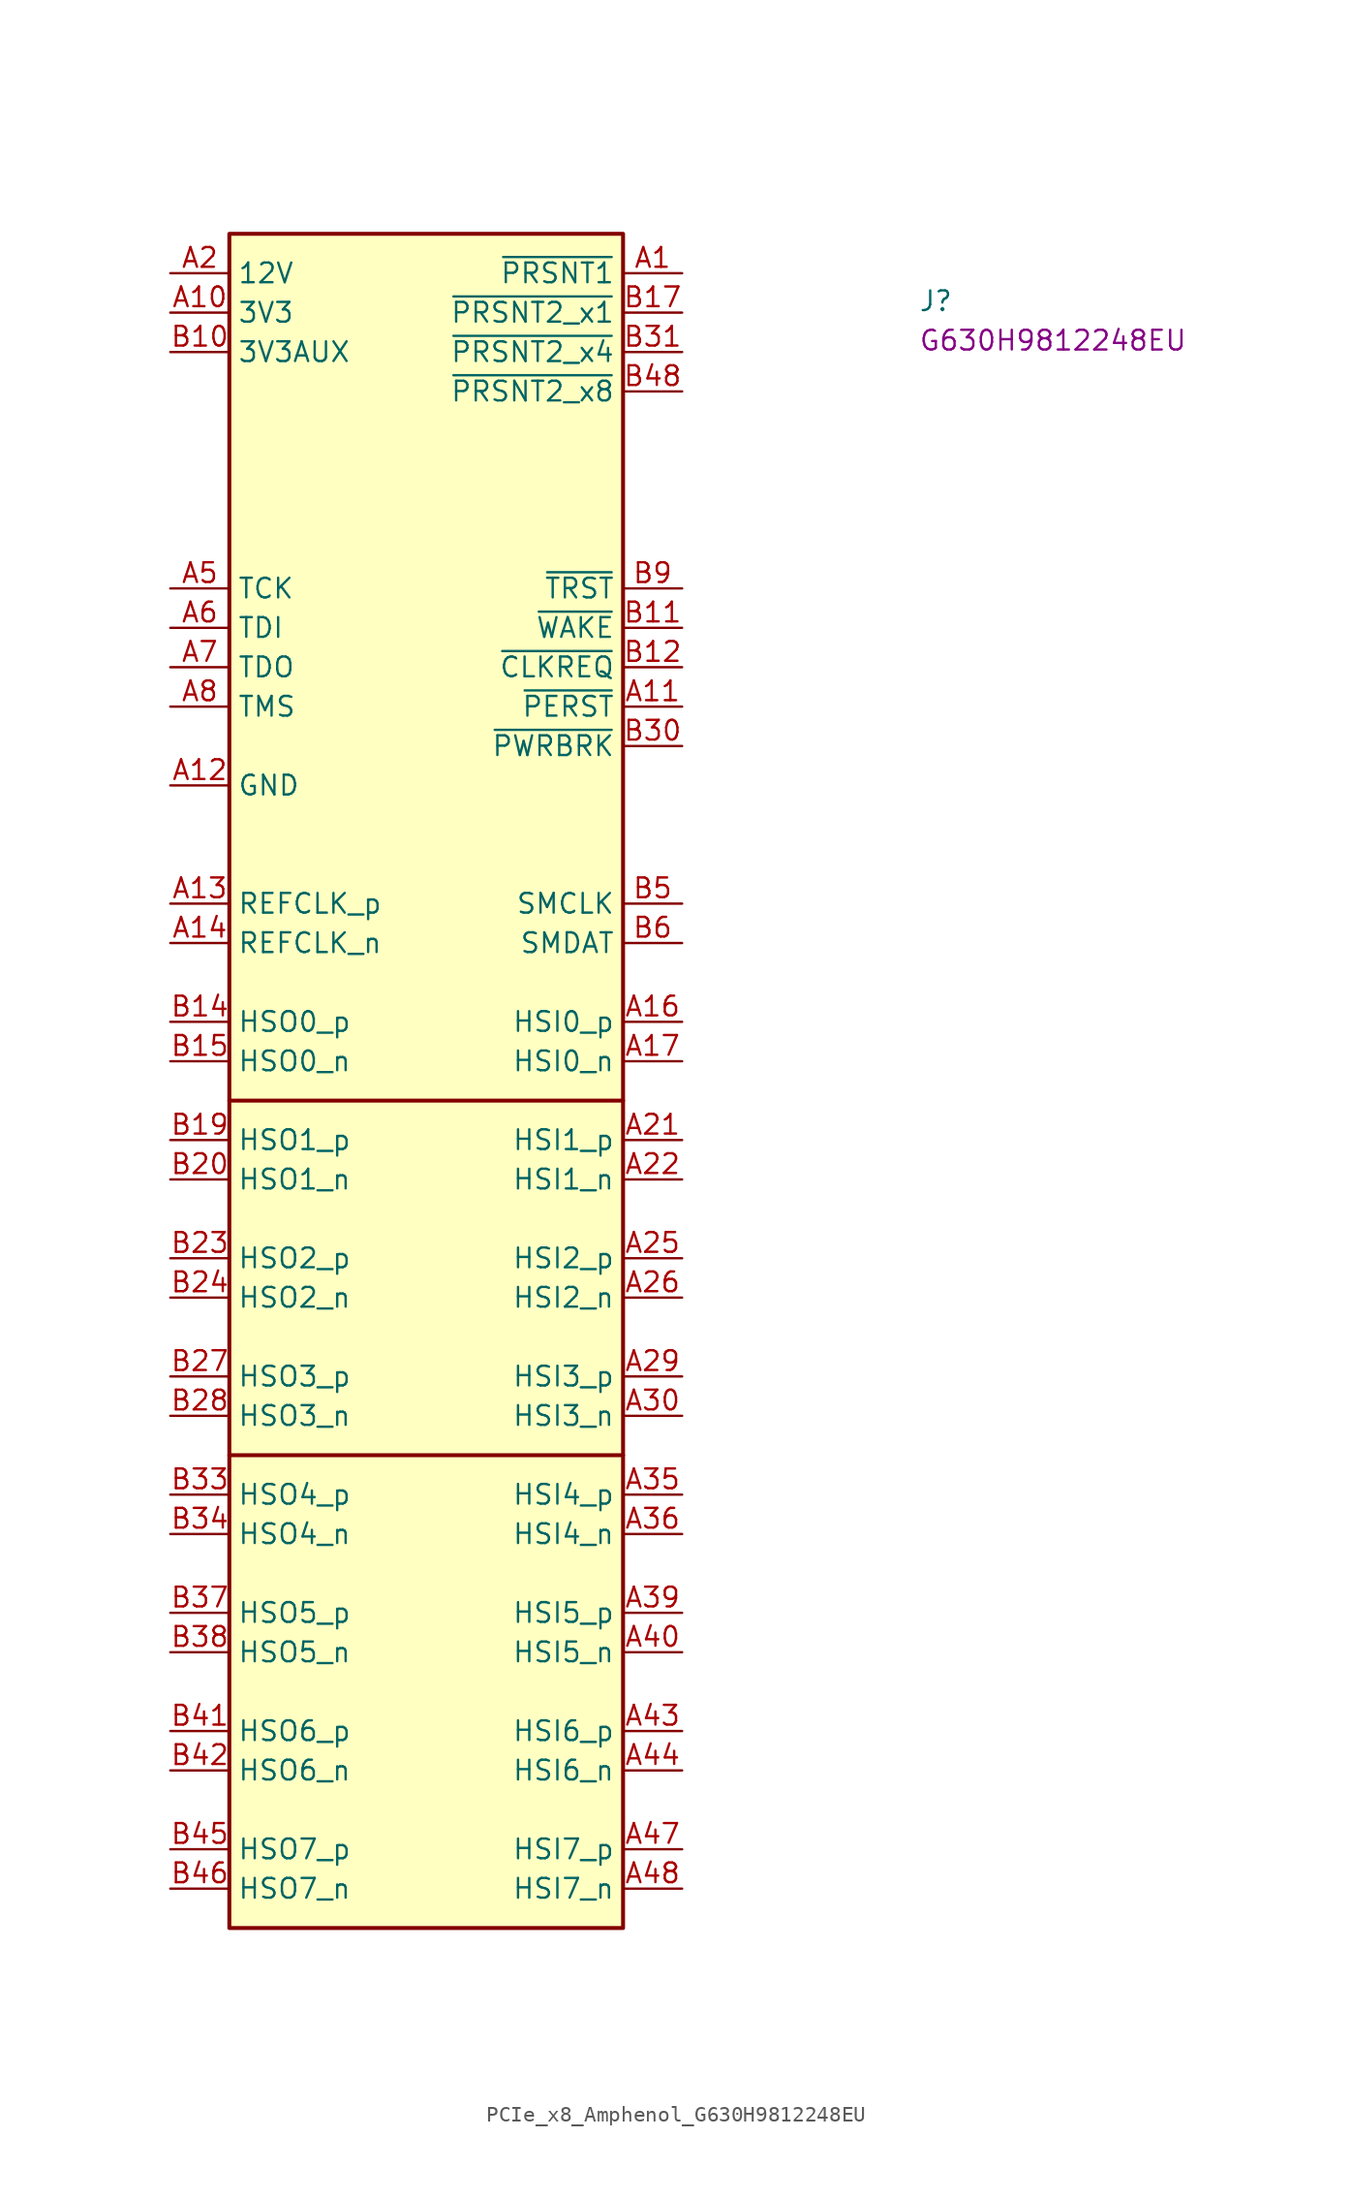
<source format=kicad_sym>
(kicad_symbol_lib
  (version 20220914)
  (generator kicad_symbol_editor)
  (symbol "PCIe_x8_Amphenol_G630H9812248EU"
    (property "Reference" "J"
      (at 48.26 -2.54 0)
      (effects (font (size 1.27 1.27) (thickness 0.15)) (justify left bottom)))
    (property "MPN" "G630H9812248EU"
      (at 48.26 -5.08 0)
      (effects (font (size 1.27 1.27) (thickness 0.15)) (justify left bottom)))
    (symbol "PCIe_x8_Amphenol_G630H9812248EU_1_1"
      (polyline (pts (xy 3.81 -76.2) (xy 29.21 -76.2)) (stroke (width 0.254) (type default)) (fill (type background)))
      (polyline (pts (xy 29.21 -53.34) (xy 3.81 -53.34)) (stroke (width 0.254) (type default)) (fill (type background)))
      (rectangle (start 3.81 2.54) (end 29.21 -106.68) (stroke (width 0.254) (type default)) (fill (type background)))
      (pin passive line (at 33.02 0 180) (length 3.81) (name "~{PRSNT1}" (effects (font (size 1.27 1.27)))) (number "A1" (effects (font (size 1.27 1.27)))))
      (pin power_in line (at 0 -2.54 0) (length 3.81) (name "3V3" (effects (font (size 1.27 1.27)))) (number "A10" (effects (font (size 1.27 1.27)))))
      (pin open_collector line (at 33.02 -27.94 180) (length 3.81) (name "~{PERST}" (effects (font (size 1.27 1.27)))) (number "A11" (effects (font (size 1.27 1.27)))))
      (pin passive line (at 0 -33.02 0) (length 3.81) (name "GND" (effects (font (size 1.27 1.27)))) (number "A12" (effects (font (size 1.27 1.27)))))
      (pin input line (at 0 -40.64 0) (length 3.81) (name "REFCLK_p" (effects (font (size 1.27 1.27)))) (number "A13" (effects (font (size 1.27 1.27)))))
      (pin input line (at 0 -43.18 0) (length 3.81) (name "REFCLK_n" (effects (font (size 1.27 1.27)))) (number "A14" (effects (font (size 1.27 1.27)))))
      (pin passive line (at 0 -33.02 0) (length 3.81) hide (name "GND" (effects (font (size 1.27 1.27)))) (number "A15" (effects (font (size 1.27 1.27)))))
      (pin output line (at 33.02 -48.26 180) (length 3.81) (name "HSI0_p" (effects (font (size 1.27 1.27)))) (number "A16" (effects (font (size 1.27 1.27)))))
      (pin output line (at 33.02 -50.8 180) (length 3.81) (name "HSI0_n" (effects (font (size 1.27 1.27)))) (number "A17" (effects (font (size 1.27 1.27)))))
      (pin passive line (at 0 -33.02 0) (length 3.81) hide (name "GND" (effects (font (size 1.27 1.27)))) (number "A18" (effects (font (size 1.27 1.27)))))
      (pin no_connect line (at 3.81 -7.62 0) (length 3.81) hide (name "NC" (effects (font (size 1.27 1.27)))) (number "A19" (effects (font (size 1.27 1.27)))))
      (pin power_in line (at 0 0 0) (length 3.81) (name "12V" (effects (font (size 1.27 1.27)))) (number "A2" (effects (font (size 1.27 1.27)))))
      (pin passive line (at 0 -33.02 0) (length 3.81) hide (name "GND" (effects (font (size 1.27 1.27)))) (number "A20" (effects (font (size 1.27 1.27)))))
      (pin output line (at 33.02 -55.88 180) (length 3.81) (name "HSI1_p" (effects (font (size 1.27 1.27)))) (number "A21" (effects (font (size 1.27 1.27)))))
      (pin output line (at 33.02 -58.42 180) (length 3.81) (name "HSI1_n" (effects (font (size 1.27 1.27)))) (number "A22" (effects (font (size 1.27 1.27)))))
      (pin passive line (at 0 -33.02 0) (length 3.81) hide (name "GND" (effects (font (size 1.27 1.27)))) (number "A23" (effects (font (size 1.27 1.27)))))
      (pin passive line (at 0 -33.02 0) (length 3.81) hide (name "GND" (effects (font (size 1.27 1.27)))) (number "A24" (effects (font (size 1.27 1.27)))))
      (pin output line (at 33.02 -63.5 180) (length 3.81) (name "HSI2_p" (effects (font (size 1.27 1.27)))) (number "A25" (effects (font (size 1.27 1.27)))))
      (pin output line (at 33.02 -66.04 180) (length 3.81) (name "HSI2_n" (effects (font (size 1.27 1.27)))) (number "A26" (effects (font (size 1.27 1.27)))))
      (pin passive line (at 0 -33.02 0) (length 3.81) hide (name "GND" (effects (font (size 1.27 1.27)))) (number "A27" (effects (font (size 1.27 1.27)))))
      (pin passive line (at 0 -33.02 0) (length 3.81) hide (name "GND" (effects (font (size 1.27 1.27)))) (number "A28" (effects (font (size 1.27 1.27)))))
      (pin output line (at 33.02 -71.12 180) (length 3.81) (name "HSI3_p" (effects (font (size 1.27 1.27)))) (number "A29" (effects (font (size 1.27 1.27)))))
      (pin passive line (at 0 0 0) (length 3.81) hide (name "12V" (effects (font (size 1.27 1.27)))) (number "A3" (effects (font (size 1.27 1.27)))))
      (pin output line (at 33.02 -73.66 180) (length 3.81) (name "HSI3_n" (effects (font (size 1.27 1.27)))) (number "A30" (effects (font (size 1.27 1.27)))))
      (pin passive line (at 0 -33.02 0) (length 3.81) hide (name "GND" (effects (font (size 1.27 1.27)))) (number "A31" (effects (font (size 1.27 1.27)))))
      (pin no_connect line (at 3.81 -10.16 0) (length 3.81) hide (name "NC" (effects (font (size 1.27 1.27)))) (number "A32" (effects (font (size 1.27 1.27)))))
      (pin no_connect line (at 3.81 -12.7 0) (length 3.81) hide (name "NC" (effects (font (size 1.27 1.27)))) (number "A33" (effects (font (size 1.27 1.27)))))
      (pin passive line (at 0 -33.02 0) (length 3.81) hide (name "GND" (effects (font (size 1.27 1.27)))) (number "A34" (effects (font (size 1.27 1.27)))))
      (pin output line (at 33.02 -78.74 180) (length 3.81) (name "HSI4_p" (effects (font (size 1.27 1.27)))) (number "A35" (effects (font (size 1.27 1.27)))))
      (pin output line (at 33.02 -81.28 180) (length 3.81) (name "HSI4_n" (effects (font (size 1.27 1.27)))) (number "A36" (effects (font (size 1.27 1.27)))))
      (pin passive line (at 0 -33.02 0) (length 3.81) hide (name "GND" (effects (font (size 1.27 1.27)))) (number "A37" (effects (font (size 1.27 1.27)))))
      (pin passive line (at 0 -33.02 0) (length 3.81) hide (name "GND" (effects (font (size 1.27 1.27)))) (number "A38" (effects (font (size 1.27 1.27)))))
      (pin output line (at 33.02 -86.36 180) (length 3.81) (name "HSI5_p" (effects (font (size 1.27 1.27)))) (number "A39" (effects (font (size 1.27 1.27)))))
      (pin passive line (at 0 -33.02 0) (length 3.81) hide (name "GND" (effects (font (size 1.27 1.27)))) (number "A4" (effects (font (size 1.27 1.27)))))
      (pin output line (at 33.02 -88.9 180) (length 3.81) (name "HSI5_n" (effects (font (size 1.27 1.27)))) (number "A40" (effects (font (size 1.27 1.27)))))
      (pin passive line (at 0 -33.02 0) (length 3.81) hide (name "GND" (effects (font (size 1.27 1.27)))) (number "A41" (effects (font (size 1.27 1.27)))))
      (pin passive line (at 0 -33.02 0) (length 3.81) hide (name "GND" (effects (font (size 1.27 1.27)))) (number "A42" (effects (font (size 1.27 1.27)))))
      (pin output line (at 33.02 -93.98 180) (length 3.81) (name "HSI6_p" (effects (font (size 1.27 1.27)))) (number "A43" (effects (font (size 1.27 1.27)))))
      (pin output line (at 33.02 -96.52 180) (length 3.81) (name "HSI6_n" (effects (font (size 1.27 1.27)))) (number "A44" (effects (font (size 1.27 1.27)))))
      (pin passive line (at 0 -33.02 0) (length 3.81) hide (name "GND" (effects (font (size 1.27 1.27)))) (number "A45" (effects (font (size 1.27 1.27)))))
      (pin passive line (at 0 -33.02 0) (length 3.81) hide (name "GND" (effects (font (size 1.27 1.27)))) (number "A46" (effects (font (size 1.27 1.27)))))
      (pin output line (at 33.02 -101.6 180) (length 3.81) (name "HSI7_p" (effects (font (size 1.27 1.27)))) (number "A47" (effects (font (size 1.27 1.27)))))
      (pin output line (at 33.02 -104.14 180) (length 3.81) (name "HSI7_n" (effects (font (size 1.27 1.27)))) (number "A48" (effects (font (size 1.27 1.27)))))
      (pin passive line (at 0 -33.02 0) (length 3.81) hide (name "GND" (effects (font (size 1.27 1.27)))) (number "A49" (effects (font (size 1.27 1.27)))))
      (pin input line (at 0 -20.32 0) (length 3.81) (name "TCK" (effects (font (size 1.27 1.27)))) (number "A5" (effects (font (size 1.27 1.27)))))
      (pin input line (at 0 -22.86 0) (length 3.81) (name "TDI" (effects (font (size 1.27 1.27)))) (number "A6" (effects (font (size 1.27 1.27)))))
      (pin output line (at 0 -25.4 0) (length 3.81) (name "TDO" (effects (font (size 1.27 1.27)))) (number "A7" (effects (font (size 1.27 1.27)))))
      (pin input line (at 0 -27.94 0) (length 3.81) (name "TMS" (effects (font (size 1.27 1.27)))) (number "A8" (effects (font (size 1.27 1.27)))))
      (pin passive line (at 0 -2.54 0) (length 3.81) hide (name "3V3" (effects (font (size 1.27 1.27)))) (number "A9" (effects (font (size 1.27 1.27)))))
      (pin passive line (at 0 0 0) (length 3.81) hide (name "12V" (effects (font (size 1.27 1.27)))) (number "B1" (effects (font (size 1.27 1.27)))))
      (pin power_in line (at 0 -5.08 0) (length 3.81) (name "3V3AUX" (effects (font (size 1.27 1.27)))) (number "B10" (effects (font (size 1.27 1.27)))))
      (pin open_collector line (at 33.02 -22.86 180) (length 3.81) (name "~{WAKE}" (effects (font (size 1.27 1.27)))) (number "B11" (effects (font (size 1.27 1.27)))))
      (pin open_collector line (at 33.02 -25.4 180) (length 3.81) (name "~{CLKREQ}" (effects (font (size 1.27 1.27)))) (number "B12" (effects (font (size 1.27 1.27)))))
      (pin passive line (at 0 -33.02 0) (length 3.81) hide (name "GND" (effects (font (size 1.27 1.27)))) (number "B13" (effects (font (size 1.27 1.27)))))
      (pin input line (at 0 -48.26 0) (length 3.81) (name "HSO0_p" (effects (font (size 1.27 1.27)))) (number "B14" (effects (font (size 1.27 1.27)))))
      (pin input line (at 0 -50.8 0) (length 3.81) (name "HSO0_n" (effects (font (size 1.27 1.27)))) (number "B15" (effects (font (size 1.27 1.27)))))
      (pin passive line (at 0 -33.02 0) (length 3.81) hide (name "GND" (effects (font (size 1.27 1.27)))) (number "B16" (effects (font (size 1.27 1.27)))))
      (pin passive line (at 33.02 -2.54 180) (length 3.81) (name "~{PRSNT2_x1}" (effects (font (size 1.27 1.27)))) (number "B17" (effects (font (size 1.27 1.27)))))
      (pin passive line (at 0 -33.02 0) (length 3.81) hide (name "GND" (effects (font (size 1.27 1.27)))) (number "B18" (effects (font (size 1.27 1.27)))))
      (pin input line (at 0 -55.88 0) (length 3.81) (name "HSO1_p" (effects (font (size 1.27 1.27)))) (number "B19" (effects (font (size 1.27 1.27)))))
      (pin passive line (at 0 0 0) (length 3.81) hide (name "12V" (effects (font (size 1.27 1.27)))) (number "B2" (effects (font (size 1.27 1.27)))))
      (pin input line (at 0 -58.42 0) (length 3.81) (name "HSO1_n" (effects (font (size 1.27 1.27)))) (number "B20" (effects (font (size 1.27 1.27)))))
      (pin passive line (at 0 -33.02 0) (length 3.81) hide (name "GND" (effects (font (size 1.27 1.27)))) (number "B21" (effects (font (size 1.27 1.27)))))
      (pin passive line (at 0 -33.02 0) (length 3.81) hide (name "GND" (effects (font (size 1.27 1.27)))) (number "B22" (effects (font (size 1.27 1.27)))))
      (pin input line (at 0 -63.5 0) (length 3.81) (name "HSO2_p" (effects (font (size 1.27 1.27)))) (number "B23" (effects (font (size 1.27 1.27)))))
      (pin input line (at 0 -66.04 0) (length 3.81) (name "HSO2_n" (effects (font (size 1.27 1.27)))) (number "B24" (effects (font (size 1.27 1.27)))))
      (pin passive line (at 0 -33.02 0) (length 3.81) hide (name "GND" (effects (font (size 1.27 1.27)))) (number "B25" (effects (font (size 1.27 1.27)))))
      (pin passive line (at 0 -33.02 0) (length 3.81) hide (name "GND" (effects (font (size 1.27 1.27)))) (number "B26" (effects (font (size 1.27 1.27)))))
      (pin input line (at 0 -71.12 0) (length 3.81) (name "HSO3_p" (effects (font (size 1.27 1.27)))) (number "B27" (effects (font (size 1.27 1.27)))))
      (pin input line (at 0 -73.66 0) (length 3.81) (name "HSO3_n" (effects (font (size 1.27 1.27)))) (number "B28" (effects (font (size 1.27 1.27)))))
      (pin passive line (at 0 -33.02 0) (length 3.81) hide (name "GND" (effects (font (size 1.27 1.27)))) (number "B29" (effects (font (size 1.27 1.27)))))
      (pin passive line (at 0 0 0) (length 3.81) hide (name "12V" (effects (font (size 1.27 1.27)))) (number "B3" (effects (font (size 1.27 1.27)))))
      (pin open_collector line (at 33.02 -30.48 180) (length 3.81) (name "~{PWRBRK}" (effects (font (size 1.27 1.27)))) (number "B30" (effects (font (size 1.27 1.27)))))
      (pin passive line (at 33.02 -5.08 180) (length 3.81) (name "~{PRSNT2_x4}" (effects (font (size 1.27 1.27)))) (number "B31" (effects (font (size 1.27 1.27)))))
      (pin passive line (at 0 -33.02 0) (length 3.81) hide (name "GND" (effects (font (size 1.27 1.27)))) (number "B32" (effects (font (size 1.27 1.27)))))
      (pin input line (at 0 -78.74 0) (length 3.81) (name "HSO4_p" (effects (font (size 1.27 1.27)))) (number "B33" (effects (font (size 1.27 1.27)))))
      (pin input line (at 0 -81.28 0) (length 3.81) (name "HSO4_n" (effects (font (size 1.27 1.27)))) (number "B34" (effects (font (size 1.27 1.27)))))
      (pin passive line (at 0 -33.02 0) (length 3.81) hide (name "GND" (effects (font (size 1.27 1.27)))) (number "B35" (effects (font (size 1.27 1.27)))))
      (pin passive line (at 0 -33.02 0) (length 3.81) hide (name "GND" (effects (font (size 1.27 1.27)))) (number "B36" (effects (font (size 1.27 1.27)))))
      (pin input line (at 0 -86.36 0) (length 3.81) (name "HSO5_p" (effects (font (size 1.27 1.27)))) (number "B37" (effects (font (size 1.27 1.27)))))
      (pin input line (at 0 -88.9 0) (length 3.81) (name "HSO5_n" (effects (font (size 1.27 1.27)))) (number "B38" (effects (font (size 1.27 1.27)))))
      (pin passive line (at 0 -33.02 0) (length 3.81) hide (name "GND" (effects (font (size 1.27 1.27)))) (number "B39" (effects (font (size 1.27 1.27)))))
      (pin passive line (at 0 -33.02 0) (length 3.81) hide (name "GND" (effects (font (size 1.27 1.27)))) (number "B4" (effects (font (size 1.27 1.27)))))
      (pin passive line (at 0 -33.02 0) (length 3.81) hide (name "GND" (effects (font (size 1.27 1.27)))) (number "B40" (effects (font (size 1.27 1.27)))))
      (pin input line (at 0 -93.98 0) (length 3.81) (name "HSO6_p" (effects (font (size 1.27 1.27)))) (number "B41" (effects (font (size 1.27 1.27)))))
      (pin input line (at 0 -96.52 0) (length 3.81) (name "HSO6_n" (effects (font (size 1.27 1.27)))) (number "B42" (effects (font (size 1.27 1.27)))))
      (pin passive line (at 0 -33.02 0) (length 3.81) hide (name "GND" (effects (font (size 1.27 1.27)))) (number "B43" (effects (font (size 1.27 1.27)))))
      (pin passive line (at 0 -33.02 0) (length 3.81) hide (name "GND" (effects (font (size 1.27 1.27)))) (number "B44" (effects (font (size 1.27 1.27)))))
      (pin input line (at 0 -101.6 0) (length 3.81) (name "HSO7_p" (effects (font (size 1.27 1.27)))) (number "B45" (effects (font (size 1.27 1.27)))))
      (pin input line (at 0 -104.14 0) (length 3.81) (name "HSO7_n" (effects (font (size 1.27 1.27)))) (number "B46" (effects (font (size 1.27 1.27)))))
      (pin passive line (at 0 -33.02 0) (length 3.81) hide (name "GND" (effects (font (size 1.27 1.27)))) (number "B47" (effects (font (size 1.27 1.27)))))
      (pin passive line (at 33.02 -7.62 180) (length 3.81) (name "~{PRSNT2_x8}" (effects (font (size 1.27 1.27)))) (number "B48" (effects (font (size 1.27 1.27)))))
      (pin passive line (at 0 -33.02 0) (length 3.81) hide (name "GND" (effects (font (size 1.27 1.27)))) (number "B49" (effects (font (size 1.27 1.27)))))
      (pin open_collector line (at 33.02 -40.64 180) (length 3.81) (name "SMCLK" (effects (font (size 1.27 1.27)))) (number "B5" (effects (font (size 1.27 1.27)))))
      (pin open_collector line (at 33.02 -43.18 180) (length 3.81) (name "SMDAT" (effects (font (size 1.27 1.27)))) (number "B6" (effects (font (size 1.27 1.27)))))
      (pin passive line (at 0 -33.02 0) (length 3.81) hide (name "GND" (effects (font (size 1.27 1.27)))) (number "B7" (effects (font (size 1.27 1.27)))))
      (pin passive line (at 0 -2.54 0) (length 3.81) hide (name "3V3" (effects (font (size 1.27 1.27)))) (number "B8" (effects (font (size 1.27 1.27)))))
      (pin input line (at 33.02 -20.32 180) (length 3.81) (name "~{TRST}" (effects (font (size 1.27 1.27)))) (number "B9" (effects (font (size 1.27 1.27))))))))
</source>
